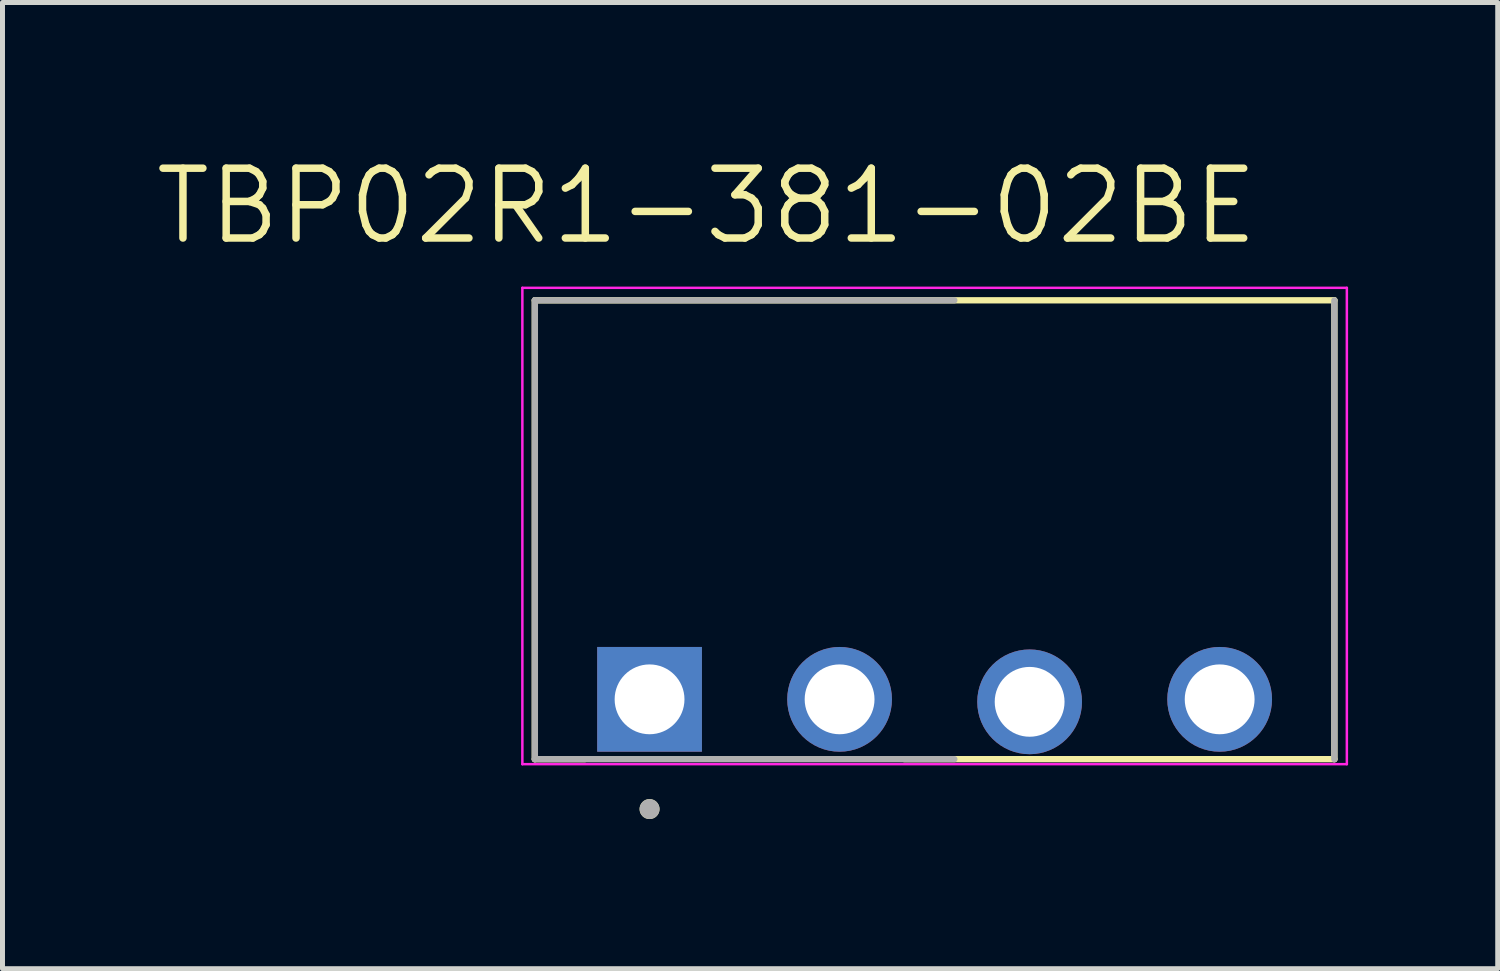
<source format=kicad_pcb>
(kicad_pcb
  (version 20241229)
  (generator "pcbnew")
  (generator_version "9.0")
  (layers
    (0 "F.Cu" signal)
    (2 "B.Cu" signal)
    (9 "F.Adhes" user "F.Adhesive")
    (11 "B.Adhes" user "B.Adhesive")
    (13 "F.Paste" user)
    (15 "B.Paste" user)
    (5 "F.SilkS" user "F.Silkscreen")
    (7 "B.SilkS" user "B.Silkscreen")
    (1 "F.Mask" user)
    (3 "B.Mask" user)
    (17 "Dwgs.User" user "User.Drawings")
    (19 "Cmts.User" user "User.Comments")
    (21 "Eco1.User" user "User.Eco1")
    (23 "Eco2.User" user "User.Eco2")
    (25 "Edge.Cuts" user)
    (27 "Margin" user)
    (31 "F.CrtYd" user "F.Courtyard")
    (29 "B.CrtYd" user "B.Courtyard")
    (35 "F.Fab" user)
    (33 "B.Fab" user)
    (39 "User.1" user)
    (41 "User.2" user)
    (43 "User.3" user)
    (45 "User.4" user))
  (footprint "TBP02R1-381-02BE"
    (layer "F.Cu")
    (at 9.973 10.971)
    (property "Reference" "TBP02R1-381-02BE" (at 1.145 -9.889 0) (layer "F.SilkS") (effects (font (size 1.4 1.4) (thickness 0.15))))
    (attr through_hole)
    (fp_line (start -2.3 -8) (end 13.73 -8) (stroke (width 0.127) (type solid)) (layer "F.SilkS"))
    (fp_line (start -2.3 1.2) (end -2.3 -8) (stroke (width 0.127) (type solid)) (layer "F.SilkS"))
    (fp_line (start -2.3 1.2) (end -1.3 1.2) (stroke (width 0.127) (type solid)) (layer "F.SilkS"))
    (fp_line (start 13.73 -8) (end 13.73 1.2) (stroke (width 0.127) (type solid)) (layer "F.SilkS"))
    (fp_line (start 13.73 1.2) (end 5.11 1.2) (stroke (width 0.127) (type solid)) (layer "F.SilkS"))
    (fp_circle (center 0 2.2) (end 0.1 2.2) (stroke (width 0.2) (type solid)) (fill no) (layer "F.SilkS"))
    (fp_line (start -2.55 -8.25) (end 13.98 -8.25) (stroke (width 0.05) (type solid)) (layer "F.CrtYd"))
    (fp_line (start -2.55 1.3) (end -2.55 -8.25) (stroke (width 0.05) (type solid)) (layer "F.CrtYd"))
    (fp_line (start 13.98 -8.25) (end 13.98 1.3) (stroke (width 0.05) (type solid)) (layer "F.CrtYd"))
    (fp_line (start 13.98 1.3) (end -2.55 1.3) (stroke (width 0.05) (type solid)) (layer "F.CrtYd"))
    (fp_line (start -2.3 -8) (end 6.11 -8) (stroke (width 0.127) (type solid)) (layer "F.Fab"))
    (fp_line (start -2.3 1.2) (end -2.3 -8) (stroke (width 0.127) (type solid)) (layer "F.Fab"))
    (fp_line (start 6.11 1.2) (end -2.3 1.2) (stroke (width 0.127) (type solid)) (layer "F.Fab"))
    (fp_line (start 13.73 -8) (end 13.73 1.2) (stroke (width 0.127) (type solid)) (layer "F.Fab"))
    (fp_circle (center 0 2.2) (end 0.1 2.2) (stroke (width 0.2) (type solid)) (fill no) (layer "F.Fab"))
    (pad "1" thru_hole rect (at 0 0) (size 2.1 2.1) (drill 1.4) (layers "*.Cu" "*.Mask"))
    (pad "2" thru_hole circle (at 3.81 0) (size 2.1 2.1) (drill 1.4) (layers "*.Cu" "*.Mask"))
    (pad "3" thru_hole circle (at 7.62 0.05) (size 2.1 2.1) (drill 1.4) (layers "*.Cu" "*.Mask"))
    (pad "4" thru_hole circle (at 11.43 0) (size 2.1 2.1) (drill 1.4) (layers "*.Cu" "*.Mask")))
  (gr_rect
    (start -3 -3)
    (end 26.978 16.371)
    (stroke (width 0.1) (type default))
    (fill no)
    (layer "Edge.Cuts")))
</source>
